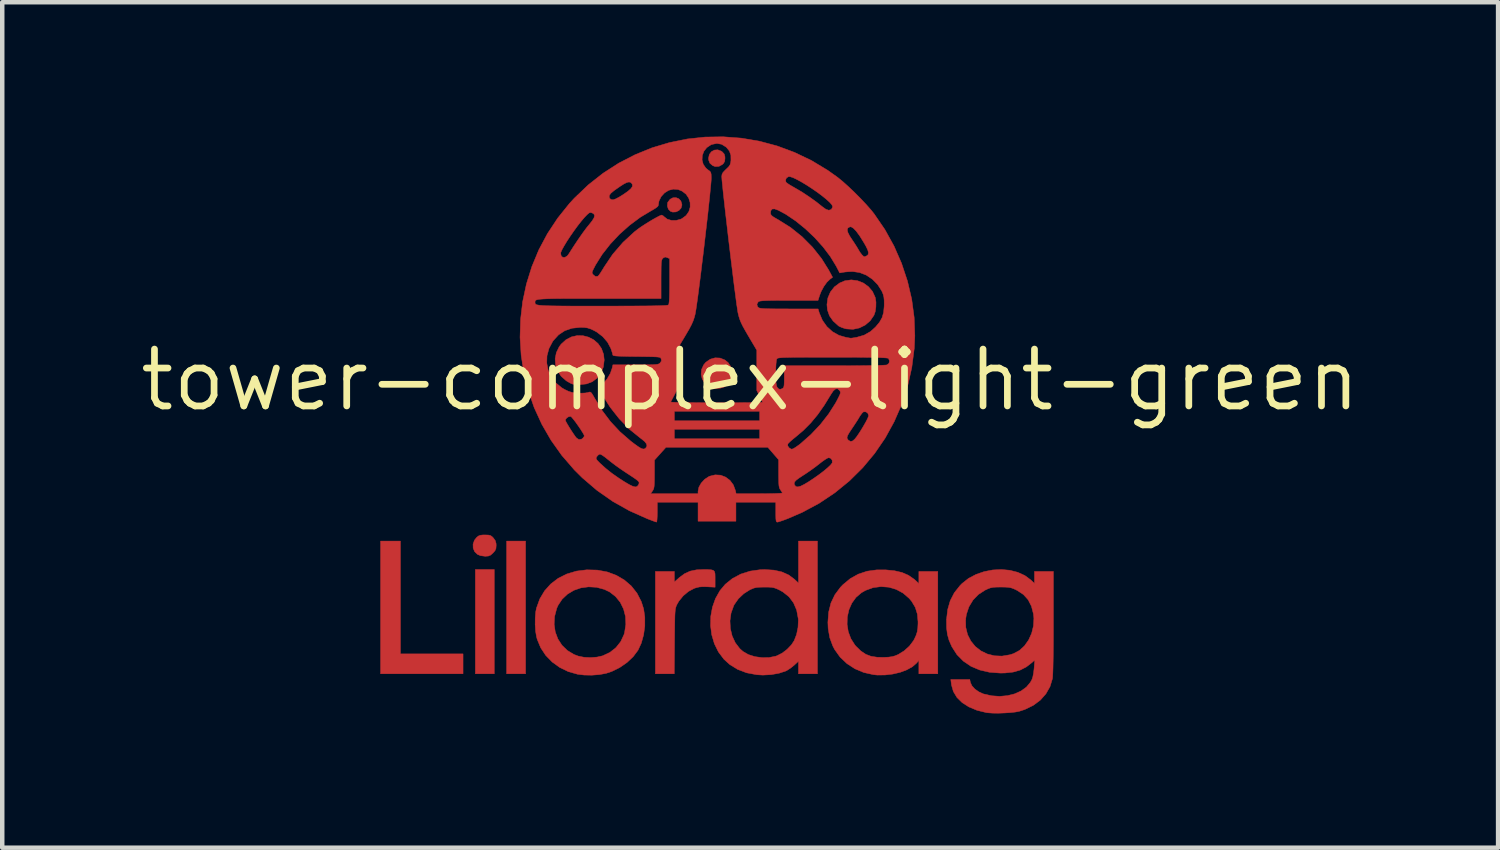
<source format=kicad_pcb>
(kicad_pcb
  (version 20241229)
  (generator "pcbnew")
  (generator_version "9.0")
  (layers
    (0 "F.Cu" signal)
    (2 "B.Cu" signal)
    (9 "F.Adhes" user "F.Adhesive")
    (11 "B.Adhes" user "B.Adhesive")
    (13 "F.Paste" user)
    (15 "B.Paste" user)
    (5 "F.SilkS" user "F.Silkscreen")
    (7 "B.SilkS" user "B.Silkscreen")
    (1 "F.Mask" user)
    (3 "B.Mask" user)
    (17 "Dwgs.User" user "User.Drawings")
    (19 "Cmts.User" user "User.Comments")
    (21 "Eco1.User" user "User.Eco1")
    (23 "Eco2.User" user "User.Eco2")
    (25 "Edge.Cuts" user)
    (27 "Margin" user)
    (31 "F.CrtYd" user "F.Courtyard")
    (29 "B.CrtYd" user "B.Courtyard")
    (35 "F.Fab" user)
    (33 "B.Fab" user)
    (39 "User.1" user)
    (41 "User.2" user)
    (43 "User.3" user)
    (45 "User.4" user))
  (footprint "tower-complex-light-green"
    (layer "F.Cu")
    (at 13.705 5.437)
    (property "Reference" "tower-complex-light-green" (at 0 0 0) (layer "F.SilkS") (effects (font (size 1.27 1.27) (thickness 0.15))))
    (attr through_hole)
    (fp_poly (pts (xy -5.715 6.562) (xy -6.138 6.562) (xy -6.138 4.233) (xy -5.715 4.233) (xy -5.715 6.562)) (stroke (width 0.01) (type solid)) (fill yes) (layer "F.Cu"))
    (fp_poly (pts (xy -5.016 6.562) (xy -5.44 6.562) (xy -5.44 3.598) (xy -5.016 3.598) (xy -5.016 6.562)) (stroke (width 0.01) (type solid)) (fill yes) (layer "F.Cu"))
    (fp_poly (pts (xy -7.811 6.117) (xy -6.413 6.117) (xy -6.413 6.562) (xy -8.255 6.562) (xy -8.255 3.598) (xy -7.811 3.598) (xy -7.811 6.117)) (stroke (width 0.01) (type solid)) (fill yes) (layer "F.Cu"))
    (fp_poly (pts (xy -1.594 -4.048) (xy -1.547 -3.997) (xy -1.525 -3.922) (xy -1.524 -3.906) (xy -1.543 -3.839) (xy -1.591 -3.786) (xy -1.658 -3.754) (xy -1.73 -3.75) (xy -1.781 -3.768) (xy -1.828 -3.817) (xy -1.85 -3.887) (xy -1.844 -3.959) (xy -1.838 -3.972) (xy -1.788 -4.037) (xy -1.725 -4.07) (xy -1.657 -4.073) (xy -1.594 -4.048)) (stroke (width 0.01) (type solid)) (fill yes) (layer "F.Cu"))
    (fp_poly (pts (xy -0.645 -5.111) (xy -0.621 -5.093) (xy -0.58 -5.047) (xy -0.564 -4.992) (xy -0.562 -4.953) (xy -0.569 -4.885) (xy -0.596 -4.837) (xy -0.621 -4.813) (xy -0.698 -4.771) (xy -0.781 -4.767) (xy -0.836 -4.788) (xy -0.899 -4.841) (xy -0.927 -4.912) (xy -0.93 -4.953) (xy -0.912 -5.037) (xy -0.866 -5.099) (xy -0.799 -5.135) (xy -0.723 -5.141) (xy -0.645 -5.111)) (stroke (width 0.01) (type solid)) (fill yes) (layer "F.Cu"))
    (fp_poly (pts (xy -0.672 -0.49) (xy -0.567 -0.448) (xy -0.493 -0.389) (xy -0.432 -0.297) (xy -0.405 -0.192) (xy -0.408 -0.085) (xy -0.441 0.016) (xy -0.503 0.102) (xy -0.583 0.158) (xy -0.673 0.184) (xy -0.776 0.189) (xy -0.872 0.173) (xy -0.923 0.15) (xy -1.013 0.074) (xy -1.071 -0.022) (xy -1.095 -0.128) (xy -1.085 -0.236) (xy -1.039 -0.337) (xy -0.99 -0.396) (xy -0.892 -0.464) (xy -0.783 -0.495) (xy -0.672 -0.49)) (stroke (width 0.01) (type solid)) (fill yes) (layer "F.Cu"))
    (fp_poly (pts (xy -5.85 3.463) (xy -5.802 3.473) (xy -5.766 3.497) (xy -5.734 3.53) (xy -5.692 3.589) (xy -5.675 3.652) (xy -5.673 3.696) (xy -5.678 3.764) (xy -5.7 3.814) (xy -5.745 3.865) (xy -5.797 3.911) (xy -5.847 3.932) (xy -5.915 3.937) (xy -5.919 3.937) (xy -6.021 3.924) (xy -6.089 3.896) (xy -6.154 3.834) (xy -6.187 3.754) (xy -6.189 3.665) (xy -6.158 3.578) (xy -6.113 3.521) (xy -6.072 3.486) (xy -6.028 3.468) (xy -5.967 3.461) (xy -5.924 3.461) (xy -5.85 3.463)) (stroke (width 0.01) (type solid)) (fill yes) (layer "F.Cu"))
    (fp_poly (pts (xy -3.733 -0.989) (xy -3.609 -0.957) (xy -3.495 -0.898) (xy -3.397 -0.813) (xy -3.322 -0.705) (xy -3.274 -0.575) (xy -3.26 -0.446) (xy -3.279 -0.291) (xy -3.331 -0.157) (xy -3.415 -0.046) (xy -3.524 0.037) (xy -3.656 0.088) (xy -3.799 0.103) (xy -3.876 0.1) (xy -3.94 0.095) (xy -3.969 0.091) (xy -4.01 0.074) (xy -4.069 0.041) (xy -4.108 0.017) (xy -4.221 -0.082) (xy -4.301 -0.202) (xy -4.346 -0.334) (xy -4.356 -0.473) (xy -4.329 -0.611) (xy -4.265 -0.743) (xy -4.221 -0.801) (xy -4.112 -0.9) (xy -3.99 -0.963) (xy -3.862 -0.992) (xy -3.733 -0.989)) (stroke (width 0.01) (type solid)) (fill yes) (layer "F.Cu"))
    (fp_poly (pts (xy 2.397 -2.218) (xy 2.527 -2.167) (xy 2.641 -2.085) (xy 2.732 -1.978) (xy 2.792 -1.848) (xy 2.796 -1.833) (xy 2.81 -1.739) (xy 2.808 -1.631) (xy 2.793 -1.526) (xy 2.765 -1.445) (xy 2.679 -1.321) (xy 2.568 -1.226) (xy 2.438 -1.162) (xy 2.298 -1.132) (xy 2.153 -1.141) (xy 2.113 -1.15) (xy 2.045 -1.173) (xy 1.99 -1.198) (xy 1.975 -1.207) (xy 1.853 -1.317) (xy 1.771 -1.434) (xy 1.726 -1.563) (xy 1.715 -1.683) (xy 1.735 -1.831) (xy 1.792 -1.965) (xy 1.881 -2.079) (xy 1.999 -2.167) (xy 2.115 -2.216) (xy 2.257 -2.236) (xy 2.397 -2.218)) (stroke (width 0.01) (type solid)) (fill yes) (layer "F.Cu"))
    (fp_poly (pts (xy -0.95 4.234) (xy -0.872 4.239) (xy -0.823 4.252) (xy -0.797 4.279) (xy -0.785 4.326) (xy -0.783 4.396) (xy -0.783 4.444) (xy -0.783 4.628) (xy -0.958 4.619) (xy -1.06 4.617) (xy -1.138 4.623) (xy -1.21 4.641) (xy -1.254 4.656) (xy -1.379 4.723) (xy -1.495 4.82) (xy -1.591 4.938) (xy -1.631 5.006) (xy -1.645 5.035) (xy -1.656 5.063) (xy -1.665 5.095) (xy -1.672 5.134) (xy -1.677 5.188) (xy -1.681 5.259) (xy -1.683 5.352) (xy -1.685 5.474) (xy -1.687 5.627) (xy -1.689 5.818) (xy -1.689 5.837) (xy -1.695 6.562) (xy -2.117 6.562) (xy -2.117 4.276) (xy -1.693 4.276) (xy -1.693 4.512) (xy -1.586 4.416) (xy -1.468 4.328) (xy -1.342 4.27) (xy -1.197 4.24) (xy -1.063 4.234) (xy -0.95 4.234)) (stroke (width 0.01) (type solid)) (fill yes) (layer "F.Cu"))
    (fp_poly (pts (xy -3.414 4.246) (xy -3.193 4.287) (xy -2.991 4.362) (xy -2.811 4.467) (xy -2.655 4.601) (xy -2.528 4.762) (xy -2.432 4.948) (xy -2.379 5.114) (xy -2.353 5.299) (xy -2.353 5.496) (xy -2.38 5.692) (xy -2.431 5.876) (xy -2.505 6.036) (xy -2.507 6.038) (xy -2.612 6.179) (xy -2.751 6.31) (xy -2.913 6.422) (xy -3.089 6.509) (xy -3.217 6.552) (xy -3.367 6.58) (xy -3.537 6.593) (xy -3.707 6.59) (xy -3.851 6.573) (xy -4.061 6.514) (xy -4.253 6.421) (xy -4.422 6.299) (xy -4.566 6.151) (xy -4.678 5.982) (xy -4.756 5.794) (xy -4.772 5.734) (xy -4.793 5.609) (xy -4.802 5.465) (xy -4.802 5.458) (xy -4.378 5.458) (xy -4.353 5.628) (xy -4.294 5.785) (xy -4.204 5.924) (xy -4.085 6.04) (xy -3.939 6.129) (xy -3.839 6.167) (xy -3.711 6.193) (xy -3.566 6.2) (xy -3.421 6.189) (xy -3.296 6.161) (xy -3.294 6.16) (xy -3.132 6.084) (xy -2.997 5.977) (xy -2.891 5.843) (xy -2.818 5.687) (xy -2.805 5.642) (xy -2.777 5.459) (xy -2.785 5.281) (xy -2.828 5.115) (xy -2.902 4.965) (xy -3.006 4.837) (xy -3.137 4.735) (xy -3.257 4.677) (xy -3.433 4.63) (xy -3.61 4.62) (xy -3.78 4.643) (xy -3.939 4.698) (xy -4.08 4.783) (xy -4.199 4.895) (xy -4.29 5.032) (xy -4.32 5.099) (xy -4.368 5.281) (xy -4.378 5.458) (xy -4.802 5.458) (xy -4.801 5.317) (xy -4.79 5.181) (xy -4.773 5.095) (xy -4.699 4.89) (xy -4.592 4.71) (xy -4.454 4.556) (xy -4.288 4.429) (xy -4.096 4.333) (xy -3.882 4.269) (xy -3.651 4.24) (xy -3.414 4.246)) (stroke (width 0.01) (type solid)) (fill yes) (layer "F.Cu"))
    (fp_poly (pts (xy 1.503 6.562) (xy 1.079 6.562) (xy 1.079 6.281) (xy 0.983 6.37) (xy 0.913 6.427) (xy 0.838 6.477) (xy 0.796 6.5) (xy 0.644 6.55) (xy 0.469 6.581) (xy 0.284 6.591) (xy 0.148 6.583) (xy -0.08 6.54) (xy -0.282 6.463) (xy -0.459 6.353) (xy -0.586 6.237) (xy -0.709 6.074) (xy -0.799 5.891) (xy -0.858 5.693) (xy -0.885 5.487) (xy -0.882 5.379) (xy -0.451 5.379) (xy -0.442 5.552) (xy -0.402 5.718) (xy -0.332 5.869) (xy -0.233 5.999) (xy -0.16 6.064) (xy -0.04 6.133) (xy 0.105 6.179) (xy 0.263 6.201) (xy 0.422 6.199) (xy 0.571 6.169) (xy 0.601 6.158) (xy 0.715 6.1) (xy 0.826 6.015) (xy 0.921 5.916) (xy 0.983 5.822) (xy 1.037 5.682) (xy 1.069 5.523) (xy 1.076 5.364) (xy 1.073 5.326) (xy 1.038 5.139) (xy 0.969 4.978) (xy 0.868 4.843) (xy 0.734 4.736) (xy 0.661 4.694) (xy 0.59 4.661) (xy 0.532 4.641) (xy 0.472 4.63) (xy 0.395 4.626) (xy 0.318 4.626) (xy 0.216 4.628) (xy 0.142 4.634) (xy 0.082 4.648) (xy 0.022 4.673) (xy -0.005 4.685) (xy -0.143 4.772) (xy -0.263 4.886) (xy -0.355 5.017) (xy -0.368 5.043) (xy -0.427 5.207) (xy -0.451 5.379) (xy -0.882 5.379) (xy -0.88 5.279) (xy -0.843 5.075) (xy -0.775 4.882) (xy -0.675 4.705) (xy -0.556 4.563) (xy -0.396 4.434) (xy -0.21 4.335) (xy -0.001 4.269) (xy 0.226 4.237) (xy 0.322 4.234) (xy 0.53 4.247) (xy 0.709 4.287) (xy 0.862 4.356) (xy 0.984 4.447) (xy 1.079 4.535) (xy 1.079 3.598) (xy 1.503 3.598) (xy 1.503 6.562)) (stroke (width 0.01) (type solid)) (fill yes) (layer "F.Cu"))
    (fp_poly (pts (xy 3.225 4.261) (xy 3.392 4.3) (xy 3.535 4.362) (xy 3.661 4.449) (xy 3.701 4.484) (xy 3.768 4.547) (xy 3.768 4.276) (xy 4.191 4.276) (xy 4.191 6.562) (xy 3.768 6.562) (xy 3.768 6.262) (xy 3.716 6.324) (xy 3.624 6.404) (xy 3.5 6.473) (xy 3.351 6.529) (xy 3.185 6.568) (xy 3.011 6.589) (xy 2.837 6.59) (xy 2.752 6.581) (xy 2.537 6.533) (xy 2.339 6.45) (xy 2.161 6.334) (xy 2.009 6.19) (xy 1.887 6.02) (xy 1.845 5.939) (xy 1.777 5.754) (xy 1.742 5.552) (xy 1.738 5.458) (xy 2.165 5.458) (xy 2.191 5.622) (xy 2.249 5.777) (xy 2.338 5.918) (xy 2.362 5.946) (xy 2.471 6.052) (xy 2.58 6.126) (xy 2.701 6.172) (xy 2.842 6.193) (xy 2.985 6.195) (xy 3.091 6.19) (xy 3.17 6.179) (xy 3.236 6.161) (xy 3.305 6.132) (xy 3.307 6.131) (xy 3.44 6.049) (xy 3.558 5.942) (xy 3.649 5.821) (xy 3.668 5.786) (xy 3.707 5.701) (xy 3.731 5.625) (xy 3.744 5.543) (xy 3.749 5.439) (xy 3.749 5.397) (xy 3.734 5.227) (xy 3.688 5.079) (xy 3.608 4.945) (xy 3.553 4.879) (xy 3.417 4.761) (xy 3.262 4.677) (xy 3.094 4.628) (xy 2.92 4.615) (xy 2.745 4.638) (xy 2.577 4.699) (xy 2.486 4.751) (xy 2.364 4.855) (xy 2.271 4.984) (xy 2.206 5.132) (xy 2.17 5.292) (xy 2.165 5.458) (xy 1.738 5.458) (xy 1.736 5.412) (xy 1.753 5.185) (xy 1.804 4.981) (xy 1.892 4.797) (xy 2.016 4.63) (xy 2.072 4.572) (xy 2.236 4.436) (xy 2.415 4.336) (xy 2.611 4.271) (xy 2.829 4.241) (xy 3.027 4.241) (xy 3.225 4.261)) (stroke (width 0.01) (type solid)) (fill yes) (layer "F.Cu"))
    (fp_poly (pts (xy 5.798 4.25) (xy 5.975 4.295) (xy 6.134 4.367) (xy 6.268 4.466) (xy 6.35 4.544) (xy 6.35 4.276) (xy 6.773 4.276) (xy 6.773 5.416) (xy 6.773 5.664) (xy 6.772 5.893) (xy 6.77 6.099) (xy 6.767 6.278) (xy 6.764 6.429) (xy 6.76 6.546) (xy 6.756 6.628) (xy 6.752 6.668) (xy 6.697 6.849) (xy 6.605 7.01) (xy 6.48 7.151) (xy 6.322 7.268) (xy 6.135 7.359) (xy 6.01 7.4) (xy 5.927 7.416) (xy 5.814 7.429) (xy 5.684 7.437) (xy 5.549 7.442) (xy 5.423 7.441) (xy 5.319 7.434) (xy 5.276 7.429) (xy 5.065 7.377) (xy 4.885 7.302) (xy 4.735 7.206) (xy 4.619 7.092) (xy 4.539 6.959) (xy 4.496 6.811) (xy 4.494 6.793) (xy 4.481 6.689) (xy 4.905 6.689) (xy 4.919 6.756) (xy 4.953 6.83) (xy 5.019 6.903) (xy 5.108 6.966) (xy 5.21 7.012) (xy 5.211 7.012) (xy 5.392 7.053) (xy 5.573 7.066) (xy 5.747 7.05) (xy 5.908 7.01) (xy 6.052 6.945) (xy 6.171 6.858) (xy 6.261 6.75) (xy 6.297 6.682) (xy 6.315 6.622) (xy 6.331 6.536) (xy 6.342 6.442) (xy 6.343 6.428) (xy 6.356 6.255) (xy 6.295 6.31) (xy 6.166 6.41) (xy 6.029 6.48) (xy 5.873 6.524) (xy 5.692 6.544) (xy 5.588 6.546) (xy 5.346 6.528) (xy 5.126 6.477) (xy 4.93 6.394) (xy 4.761 6.279) (xy 4.619 6.135) (xy 4.507 5.961) (xy 4.502 5.951) (xy 4.442 5.814) (xy 4.405 5.682) (xy 4.387 5.539) (xy 4.385 5.373) (xy 4.386 5.349) (xy 4.812 5.349) (xy 4.816 5.526) (xy 4.856 5.688) (xy 4.929 5.831) (xy 5.029 5.953) (xy 5.153 6.05) (xy 5.297 6.12) (xy 5.456 6.16) (xy 5.626 6.167) (xy 5.803 6.137) (xy 5.883 6.111) (xy 6.014 6.041) (xy 6.127 5.938) (xy 6.219 5.808) (xy 6.287 5.658) (xy 6.327 5.495) (xy 6.337 5.324) (xy 6.327 5.225) (xy 6.282 5.052) (xy 6.208 4.908) (xy 6.103 4.792) (xy 5.966 4.701) (xy 5.953 4.695) (xy 5.884 4.662) (xy 5.827 4.642) (xy 5.769 4.631) (xy 5.695 4.626) (xy 5.599 4.625) (xy 5.498 4.626) (xy 5.425 4.631) (xy 5.367 4.643) (xy 5.31 4.664) (xy 5.246 4.694) (xy 5.098 4.79) (xy 4.977 4.915) (xy 4.886 5.066) (xy 4.829 5.236) (xy 4.812 5.349) (xy 4.386 5.349) (xy 4.386 5.346) (xy 4.412 5.125) (xy 4.469 4.929) (xy 4.56 4.752) (xy 4.688 4.591) (xy 4.732 4.546) (xy 4.877 4.431) (xy 5.044 4.343) (xy 5.226 4.28) (xy 5.417 4.243) (xy 5.61 4.233) (xy 5.798 4.25)) (stroke (width 0.01) (type solid)) (fill yes) (layer "F.Cu"))
    (fp_poly (pts (xy -0.198 -5.402) (xy 0.204 -5.334) (xy 0.601 -5.228) (xy 0.989 -5.084) (xy 1.368 -4.903) (xy 1.733 -4.683) (xy 1.952 -4.527) (xy 2.064 -4.436) (xy 2.192 -4.321) (xy 2.33 -4.19) (xy 2.467 -4.052) (xy 2.595 -3.916) (xy 2.705 -3.791) (xy 2.77 -3.709) (xy 3.009 -3.36) (xy 3.213 -2.991) (xy 3.381 -2.607) (xy 3.513 -2.21) (xy 3.608 -1.805) (xy 3.663 -1.396) (xy 3.678 -0.986) (xy 3.666 -0.712) (xy 3.61 -0.278) (xy 3.516 0.143) (xy 3.384 0.547) (xy 3.216 0.932) (xy 3.015 1.298) (xy 2.78 1.641) (xy 2.514 1.96) (xy 2.218 2.253) (xy 1.893 2.518) (xy 1.542 2.753) (xy 1.164 2.956) (xy 0.857 3.089) (xy 0.766 3.124) (xy 0.686 3.152) (xy 0.629 3.17) (xy 0.605 3.175) (xy 0.59 3.169) (xy 0.58 3.147) (xy 0.574 3.101) (xy 0.572 3.025) (xy 0.572 2.953) (xy 0.572 2.731) (xy -0.318 2.731) (xy -0.318 3.154) (xy -1.164 3.154) (xy -1.164 2.731) (xy -2.074 2.731) (xy -2.074 2.953) (xy -2.076 3.044) (xy -2.08 3.117) (xy -2.085 3.163) (xy -2.09 3.174) (xy -2.116 3.167) (xy -2.171 3.147) (xy -2.247 3.118) (xy -2.297 3.099) (xy -2.697 2.921) (xy -3.072 2.71) (xy -3.315 2.54) (xy -2.225 2.54) (xy -1.164 2.54) (xy -1.164 2.486) (xy -1.145 2.394) (xy -1.093 2.302) (xy -1.017 2.219) (xy -0.924 2.158) (xy -0.905 2.149) (xy -0.782 2.119) (xy -0.66 2.126) (xy -0.548 2.169) (xy -0.451 2.242) (xy -0.376 2.343) (xy -0.33 2.467) (xy -0.329 2.471) (xy -0.314 2.54) (xy 0.203 2.54) (xy 0.346 2.539) (xy 0.473 2.538) (xy 0.58 2.535) (xy 0.66 2.531) (xy 0.708 2.527) (xy 0.719 2.524) (xy 0.707 2.498) (xy 0.678 2.456) (xy 0.677 2.455) (xy 0.661 2.43) (xy 0.65 2.399) (xy 0.642 2.353) (xy 0.639 2.305) (xy 0.983 2.305) (xy 0.989 2.338) (xy 0.996 2.351) (xy 1.023 2.381) (xy 1.065 2.388) (xy 1.126 2.372) (xy 1.21 2.33) (xy 1.304 2.274) (xy 1.423 2.195) (xy 1.537 2.115) (xy 1.641 2.036) (xy 1.727 1.964) (xy 1.792 1.903) (xy 1.828 1.858) (xy 1.833 1.847) (xy 1.831 1.79) (xy 1.798 1.748) (xy 1.753 1.736) (xy 1.72 1.748) (xy 1.664 1.783) (xy 1.594 1.833) (xy 1.55 1.868) (xy 1.456 1.941) (xy 1.344 2.022) (xy 1.234 2.097) (xy 1.192 2.124) (xy 1.096 2.187) (xy 1.031 2.235) (xy 0.995 2.273) (xy 0.983 2.305) (xy 0.639 2.305) (xy 0.638 2.286) (xy 0.636 2.19) (xy 0.635 2.092) (xy 0.635 1.781) (xy 0.394 1.503) (xy -1.88 1.503) (xy -2.137 1.789) (xy -2.137 2.103) (xy -2.138 2.227) (xy -2.14 2.316) (xy -2.145 2.378) (xy -2.153 2.422) (xy -2.166 2.453) (xy -2.182 2.479) (xy -2.225 2.54) (xy -3.315 2.54) (xy -3.423 2.464) (xy -3.75 2.184) (xy -3.928 2.007) (xy -4.141 1.76) (xy -3.439 1.76) (xy -3.42 1.79) (xy -3.378 1.835) (xy -3.342 1.87) (xy -3.222 1.978) (xy -3.089 2.084) (xy -2.933 2.193) (xy -2.807 2.274) (xy -2.7 2.337) (xy -2.621 2.375) (xy -2.564 2.389) (xy -2.525 2.378) (xy -2.497 2.346) (xy -2.493 2.336) (xy -2.483 2.313) (xy -2.48 2.292) (xy -2.49 2.271) (xy -2.515 2.245) (xy -2.561 2.21) (xy -2.631 2.162) (xy -2.73 2.097) (xy -2.794 2.055) (xy -2.899 1.984) (xy -3.01 1.905) (xy -3.111 1.828) (xy -3.171 1.78) (xy -3.241 1.724) (xy -3.302 1.681) (xy -3.346 1.658) (xy -3.359 1.655) (xy -3.395 1.677) (xy -3.424 1.71) (xy -3.439 1.737) (xy -3.439 1.76) (xy -4.141 1.76) (xy -4.206 1.686) (xy -4.448 1.345) (xy -4.654 0.988) (xy -4.694 0.9) (xy -4.128 0.9) (xy -4.116 0.928) (xy -4.087 0.98) (xy -4.046 1.049) (xy -3.998 1.125) (xy -3.95 1.198) (xy -3.908 1.259) (xy -3.878 1.296) (xy -3.826 1.33) (xy -3.769 1.323) (xy -3.737 1.3) (xy -3.711 1.266) (xy -3.704 1.248) (xy -3.716 1.217) (xy -3.748 1.163) (xy -3.793 1.092) (xy -3.846 1.015) (xy -3.9 0.939) (xy -3.95 0.875) (xy -3.988 0.83) (xy -4.007 0.814) (xy -4.051 0.818) (xy -4.096 0.846) (xy -4.125 0.885) (xy -4.128 0.9) (xy -4.694 0.9) (xy -4.824 0.617) (xy -4.957 0.234) (xy -5.054 -0.156) (xy -5.088 -0.377) (xy -4.543 -0.377) (xy -4.512 -0.219) (xy -4.445 -0.071) (xy -4.344 0.061) (xy -4.211 0.172) (xy -4.144 0.212) (xy -4.058 0.253) (xy -3.98 0.277) (xy -3.888 0.289) (xy -3.849 0.292) (xy -3.761 0.294) (xy -3.681 0.29) (xy -3.625 0.28) (xy -3.622 0.279) (xy -3.589 0.269) (xy -3.565 0.272) (xy -3.541 0.294) (xy -3.511 0.342) (xy -3.479 0.398) (xy -3.307 0.681) (xy -3.119 0.93) (xy -2.909 1.155) (xy -2.669 1.364) (xy -2.596 1.42) (xy -2.505 1.486) (xy -2.439 1.526) (xy -2.391 1.542) (xy -2.355 1.537) (xy -2.333 1.52) (xy -2.306 1.477) (xy -2.312 1.435) (xy 0.837 1.435) (xy 0.841 1.475) (xy 0.871 1.516) (xy 0.914 1.542) (xy 0.933 1.545) (xy 0.966 1.533) (xy 1.021 1.499) (xy 1.09 1.45) (xy 1.126 1.422) (xy 1.289 1.278) (xy 2.164 1.278) (xy 2.167 1.309) (xy 2.187 1.337) (xy 2.192 1.343) (xy 2.239 1.372) (xy 2.285 1.364) (xy 2.334 1.323) (xy 2.376 1.271) (xy 2.427 1.197) (xy 2.483 1.11) (xy 2.537 1.019) (xy 2.586 0.933) (xy 2.623 0.86) (xy 2.643 0.809) (xy 2.646 0.795) (xy 2.629 0.744) (xy 2.587 0.712) (xy 2.535 0.71) (xy 2.532 0.711) (xy 2.503 0.736) (xy 2.466 0.785) (xy 2.442 0.822) (xy 2.404 0.886) (xy 2.35 0.969) (xy 2.292 1.057) (xy 2.272 1.086) (xy 2.214 1.174) (xy 2.179 1.235) (xy 2.164 1.278) (xy 1.289 1.278) (xy 1.355 1.22) (xy 1.567 0.996) (xy 1.753 0.758) (xy 1.907 0.516) (xy 1.933 0.468) (xy 1.977 0.383) (xy 2.004 0.326) (xy 2.015 0.288) (xy 2.013 0.262) (xy 2 0.238) (xy 1.998 0.235) (xy 1.955 0.197) (xy 1.908 0.2) (xy 1.856 0.244) (xy 1.806 0.318) (xy 1.655 0.564) (xy 1.506 0.776) (xy 1.352 0.961) (xy 1.187 1.127) (xy 1.019 1.269) (xy 0.946 1.328) (xy 0.886 1.381) (xy 0.847 1.42) (xy 0.837 1.435) (xy -2.312 1.435) (xy -2.313 1.43) (xy -2.354 1.376) (xy -2.433 1.311) (xy -2.45 1.299) (xy -2.695 1.101) (xy -1.693 1.101) (xy -1.693 1.312) (xy 0.212 1.312) (xy 0.212 1.101) (xy -1.693 1.101) (xy -2.695 1.101) (xy -2.695 1.1) (xy -2.923 0.867) (xy -3.056 0.699) (xy -1.693 0.699) (xy -1.693 0.91) (xy 0.212 0.91) (xy 0.212 0.699) (xy -1.693 0.699) (xy -3.056 0.699) (xy -3.128 0.607) (xy -3.201 0.492) (xy -1.774 0.492) (xy -1.755 0.495) (xy -1.698 0.498) (xy -1.606 0.501) (xy -1.484 0.503) (xy -1.336 0.505) (xy -1.166 0.507) (xy -0.978 0.508) (xy -0.775 0.508) (xy -0.753 0.508) (xy -0.549 0.508) (xy -0.358 0.507) (xy -0.185 0.506) (xy -0.034 0.505) (xy 0.092 0.503) (xy 0.188 0.501) (xy 0.251 0.499) (xy 0.275 0.497) (xy 0.275 0.497) (xy 0.266 0.474) (xy 0.243 0.424) (xy 0.212 0.36) (xy 0.148 0.234) (xy 0.148 -0.154) (xy 0.572 -0.154) (xy 0.573 -0.032) (xy 0.577 0.054) (xy 0.585 0.113) (xy 0.597 0.152) (xy 0.604 0.165) (xy 0.641 0.203) (xy 0.68 0.207) (xy 0.721 0.19) (xy 0.739 0.176) (xy 0.751 0.154) (xy 0.758 0.114) (xy 0.761 0.049) (xy 0.762 -0.049) (xy 0.762 -0.075) (xy 0.762 -0.318) (xy 1.882 -0.318) (xy 2.131 -0.318) (xy 2.356 -0.319) (xy 2.555 -0.321) (xy 2.725 -0.323) (xy 2.863 -0.326) (xy 2.966 -0.33) (xy 3.033 -0.334) (xy 3.057 -0.338) (xy 3.1 -0.373) (xy 3.112 -0.425) (xy 3.092 -0.476) (xy 3.086 -0.483) (xy 3.07 -0.488) (xy 3.031 -0.493) (xy 2.968 -0.497) (xy 2.878 -0.501) (xy 2.759 -0.503) (xy 2.607 -0.505) (xy 2.422 -0.507) (xy 2.2 -0.508) (xy 1.939 -0.508) (xy 1.838 -0.508) (xy 1.58 -0.508) (xy 1.361 -0.508) (xy 1.177 -0.507) (xy 1.026 -0.507) (xy 0.905 -0.505) (xy 0.809 -0.503) (xy 0.736 -0.501) (xy 0.683 -0.497) (xy 0.645 -0.493) (xy 0.621 -0.488) (xy 0.606 -0.481) (xy 0.598 -0.474) (xy 0.593 -0.467) (xy 0.585 -0.431) (xy 0.578 -0.362) (xy 0.573 -0.27) (xy 0.572 -0.165) (xy 0.572 -0.154) (xy 0.148 -0.154) (xy 0.148 -0.665) (xy -0.04 -0.983) (xy -0.111 -1.106) (xy -0.164 -1.201) (xy -0.202 -1.279) (xy -0.23 -1.348) (xy -0.252 -1.417) (xy -0.271 -1.495) (xy -0.273 -1.503) (xy -0.281 -1.553) (xy -0.294 -1.64) (xy -0.302 -1.694) (xy 0.151 -1.694) (xy 0.162 -1.644) (xy 0.181 -1.621) (xy 0.196 -1.611) (xy 0.22 -1.604) (xy 0.259 -1.598) (xy 0.317 -1.594) (xy 0.398 -1.591) (xy 0.508 -1.589) (xy 0.65 -1.588) (xy 0.83 -1.588) (xy 0.866 -1.587) (xy 1.517 -1.587) (xy 1.544 -1.498) (xy 1.613 -1.334) (xy 1.713 -1.193) (xy 1.838 -1.079) (xy 1.984 -0.997) (xy 2.136 -0.953) (xy 2.196 -0.942) (xy 2.237 -0.935) (xy 2.245 -0.934) (xy 2.271 -0.936) (xy 2.325 -0.944) (xy 2.382 -0.954) (xy 2.547 -1.002) (xy 2.689 -1.083) (xy 2.8 -1.183) (xy 2.889 -1.29) (xy 2.947 -1.393) (xy 2.98 -1.507) (xy 2.993 -1.644) (xy 2.994 -1.683) (xy 2.993 -1.782) (xy 2.986 -1.853) (xy 2.971 -1.912) (xy 2.946 -1.973) (xy 2.938 -1.99) (xy 2.848 -2.131) (xy 2.731 -2.25) (xy 2.594 -2.342) (xy 2.445 -2.4) (xy 2.3 -2.421) (xy 2.213 -2.42) (xy 2.128 -2.413) (xy 2.085 -2.407) (xy 2 -2.391) (xy 1.92 -2.545) (xy 1.791 -2.757) (xy 1.629 -2.971) (xy 1.441 -3.18) (xy 1.255 -3.356) (xy 2.168 -3.356) (xy 2.181 -3.298) (xy 2.222 -3.217) (xy 2.271 -3.142) (xy 2.326 -3.06) (xy 2.376 -2.982) (xy 2.412 -2.922) (xy 2.422 -2.904) (xy 2.457 -2.847) (xy 2.497 -2.795) (xy 2.534 -2.76) (xy 2.552 -2.752) (xy 2.578 -2.761) (xy 2.605 -2.774) (xy 2.635 -2.801) (xy 2.642 -2.843) (xy 2.626 -2.905) (xy 2.585 -2.99) (xy 2.538 -3.072) (xy 2.448 -3.216) (xy 2.371 -3.322) (xy 2.307 -3.389) (xy 2.256 -3.42) (xy 2.227 -3.42) (xy 2.183 -3.396) (xy 2.168 -3.356) (xy 1.255 -3.356) (xy 1.234 -3.376) (xy 1.017 -3.552) (xy 0.796 -3.701) (xy 0.629 -3.791) (xy 0.547 -3.821) (xy 0.492 -3.819) (xy 0.462 -3.783) (xy 0.455 -3.734) (xy 0.459 -3.703) (xy 0.475 -3.676) (xy 0.511 -3.647) (xy 0.574 -3.609) (xy 0.624 -3.581) (xy 0.901 -3.408) (xy 1.159 -3.201) (xy 1.391 -2.968) (xy 1.594 -2.712) (xy 1.755 -2.454) (xy 1.841 -2.294) (xy 1.781 -2.249) (xy 1.713 -2.183) (xy 1.645 -2.088) (xy 1.587 -1.98) (xy 1.552 -1.891) (xy 1.516 -1.778) (xy 0.865 -1.778) (xy 0.679 -1.778) (xy 0.531 -1.777) (xy 0.416 -1.775) (xy 0.329 -1.772) (xy 0.267 -1.768) (xy 0.226 -1.763) (xy 0.199 -1.756) (xy 0.183 -1.747) (xy 0.181 -1.745) (xy 0.151 -1.694) (xy -0.302 -1.694) (xy -0.311 -1.759) (xy -0.33 -1.907) (xy -0.353 -2.079) (xy -0.377 -2.271) (xy -0.402 -2.478) (xy -0.429 -2.695) (xy -0.456 -2.919) (xy -0.483 -3.145) (xy -0.509 -3.369) (xy -0.534 -3.586) (xy -0.558 -3.791) (xy -0.579 -3.981) (xy -0.598 -4.151) (xy -0.613 -4.297) (xy -0.625 -4.414) (xy -0.63 -4.468) (xy 0.79 -4.468) (xy 0.799 -4.42) (xy 0.805 -4.413) (xy 0.834 -4.39) (xy 0.89 -4.353) (xy 0.965 -4.31) (xy 1.005 -4.287) (xy 1.157 -4.198) (xy 1.321 -4.089) (xy 1.48 -3.975) (xy 1.609 -3.872) (xy 1.691 -3.813) (xy 1.756 -3.791) (xy 1.806 -3.806) (xy 1.816 -3.814) (xy 1.839 -3.857) (xy 1.841 -3.876) (xy 1.824 -3.915) (xy 1.775 -3.97) (xy 1.7 -4.038) (xy 1.606 -4.114) (xy 1.499 -4.194) (xy 1.383 -4.274) (xy 1.265 -4.351) (xy 1.151 -4.42) (xy 1.047 -4.477) (xy 0.959 -4.519) (xy 0.892 -4.541) (xy 0.859 -4.543) (xy 0.812 -4.514) (xy 0.79 -4.468) (xy -0.63 -4.468) (xy -0.632 -4.498) (xy -0.635 -4.544) (xy -0.635 -4.544) (xy -0.629 -4.592) (xy -0.607 -4.635) (xy -0.559 -4.686) (xy -0.537 -4.707) (xy -0.481 -4.761) (xy -0.45 -4.806) (xy -0.435 -4.858) (xy -0.429 -4.906) (xy -0.431 -5.021) (xy -0.464 -5.115) (xy -0.532 -5.198) (xy -0.541 -5.205) (xy -0.638 -5.265) (xy -0.744 -5.284) (xy -0.855 -5.261) (xy -0.874 -5.254) (xy -0.968 -5.192) (xy -1.033 -5.11) (xy -1.069 -5.014) (xy -1.074 -4.914) (xy -1.048 -4.817) (xy -0.989 -4.732) (xy -0.935 -4.688) (xy -0.9 -4.663) (xy -0.88 -4.635) (xy -0.871 -4.592) (xy -0.869 -4.522) (xy -0.869 -4.508) (xy -0.871 -4.454) (xy -0.879 -4.361) (xy -0.891 -4.236) (xy -0.906 -4.082) (xy -0.925 -3.905) (xy -0.946 -3.708) (xy -0.97 -3.497) (xy -0.996 -3.275) (xy -1.022 -3.047) (xy -1.049 -2.819) (xy -1.077 -2.594) (xy -1.103 -2.376) (xy -1.129 -2.172) (xy -1.153 -1.984) (xy -1.175 -1.818) (xy -1.195 -1.678) (xy -1.211 -1.568) (xy -1.224 -1.494) (xy -1.228 -1.471) (xy -1.25 -1.389) (xy -1.276 -1.314) (xy -1.31 -1.237) (xy -1.357 -1.147) (xy -1.422 -1.035) (xy -1.452 -0.984) (xy -1.63 -0.687) (xy -1.63 0.213) (xy -1.698 0.345) (xy -1.734 0.412) (xy -1.761 0.465) (xy -1.774 0.492) (xy -1.774 0.492) (xy -3.201 0.492) (xy -3.278 0.372) (xy -3.386 0.183) (xy -3.29 0.088) (xy -3.196 -0.023) (xy -3.123 -0.148) (xy -3.081 -0.27) (xy -3.066 -0.339) (xy -2.559 -0.339) (xy -2.4 -0.339) (xy -2.277 -0.34) (xy -2.185 -0.342) (xy -2.12 -0.345) (xy -2.075 -0.35) (xy -2.045 -0.358) (xy -2.026 -0.368) (xy -2.011 -0.381) (xy -1.982 -0.425) (xy -1.987 -0.47) (xy -1.994 -0.485) (xy -2.004 -0.497) (xy -2.022 -0.505) (xy -2.055 -0.512) (xy -2.106 -0.516) (xy -2.181 -0.519) (xy -2.284 -0.521) (xy -2.422 -0.523) (xy -2.537 -0.524) (xy -2.704 -0.526) (xy -2.833 -0.529) (xy -2.929 -0.532) (xy -2.996 -0.536) (xy -3.038 -0.542) (xy -3.061 -0.549) (xy -3.069 -0.559) (xy -3.069 -0.56) (xy -3.076 -0.596) (xy -3.095 -0.656) (xy -3.113 -0.707) (xy -3.186 -0.845) (xy -3.293 -0.969) (xy -3.426 -1.071) (xy -3.488 -1.105) (xy -3.568 -1.142) (xy -3.635 -1.163) (xy -3.706 -1.173) (xy -3.799 -1.175) (xy -3.98 -1.156) (xy -4.14 -1.101) (xy -4.279 -1.009) (xy -4.396 -0.881) (xy -4.412 -0.859) (xy -4.494 -0.703) (xy -4.538 -0.54) (xy -4.543 -0.377) (xy -5.088 -0.377) (xy -5.115 -0.553) (xy -5.14 -0.953) (xy -5.128 -1.353) (xy -5.083 -1.736) (xy -4.805 -1.736) (xy -4.804 -1.719) (xy -4.801 -1.705) (xy -4.792 -1.693) (xy -4.774 -1.683) (xy -4.745 -1.675) (xy -4.701 -1.668) (xy -4.64 -1.663) (xy -4.559 -1.659) (xy -4.454 -1.656) (xy -4.324 -1.654) (xy -4.164 -1.652) (xy -3.973 -1.651) (xy -3.747 -1.651) (xy -3.483 -1.651) (xy -3.302 -1.651) (xy -3.001 -1.651) (xy -2.74 -1.652) (xy -2.517 -1.653) (xy -2.33 -1.654) (xy -2.176 -1.656) (xy -2.053 -1.659) (xy -1.959 -1.662) (xy -1.891 -1.665) (xy -1.848 -1.67) (xy -1.827 -1.675) (xy -1.825 -1.676) (xy -1.816 -1.699) (xy -1.809 -1.751) (xy -1.804 -1.833) (xy -1.801 -1.951) (xy -1.799 -2.105) (xy -1.799 -2.206) (xy -1.799 -2.71) (xy -1.852 -2.734) (xy -1.898 -2.747) (xy -1.937 -2.729) (xy -1.947 -2.72) (xy -1.962 -2.705) (xy -1.972 -2.684) (xy -1.98 -2.653) (xy -1.985 -2.604) (xy -1.988 -2.533) (xy -1.989 -2.432) (xy -1.99 -2.298) (xy -1.99 -2.251) (xy -1.99 -1.82) (xy -3.372 -1.82) (xy -3.653 -1.82) (xy -3.894 -1.82) (xy -4.1 -1.82) (xy -4.271 -1.818) (xy -4.413 -1.817) (xy -4.527 -1.814) (xy -4.616 -1.81) (xy -4.684 -1.805) (xy -4.733 -1.799) (xy -4.767 -1.791) (xy -4.788 -1.781) (xy -4.799 -1.77) (xy -4.804 -1.756) (xy -4.805 -1.74) (xy -4.805 -1.736) (xy -5.083 -1.736) (xy -5.081 -1.751) (xy -4.997 -2.145) (xy -4.919 -2.395) (xy -3.53 -2.395) (xy -3.523 -2.373) (xy -3.505 -2.351) (xy -3.458 -2.313) (xy -3.414 -2.313) (xy -3.395 -2.323) (xy -3.374 -2.347) (xy -3.338 -2.399) (xy -3.293 -2.471) (xy -3.262 -2.523) (xy -3.069 -2.809) (xy -2.841 -3.073) (xy -2.584 -3.31) (xy -2.508 -3.369) (xy -2.441 -3.417) (xy -2.357 -3.472) (xy -2.266 -3.529) (xy -2.175 -3.584) (xy -2.092 -3.63) (xy -2.025 -3.665) (xy -1.984 -3.682) (xy -1.977 -3.683) (xy -1.945 -3.668) (xy -1.923 -3.648) (xy -1.851 -3.592) (xy -1.757 -3.564) (xy -1.652 -3.564) (xy -1.547 -3.593) (xy -1.523 -3.605) (xy -1.43 -3.674) (xy -1.369 -3.763) (xy -1.34 -3.862) (xy -1.342 -3.964) (xy -1.373 -4.063) (xy -1.432 -4.15) (xy -1.52 -4.218) (xy -1.61 -4.255) (xy -1.717 -4.263) (xy -1.821 -4.236) (xy -1.913 -4.178) (xy -1.988 -4.096) (xy -2.037 -3.996) (xy -2.053 -3.895) (xy -2.071 -3.87) (xy -2.119 -3.834) (xy -2.187 -3.793) (xy -2.207 -3.782) (xy -2.453 -3.635) (xy -2.693 -3.456) (xy -2.92 -3.254) (xy -3.127 -3.033) (xy -3.307 -2.803) (xy -3.453 -2.57) (xy -3.462 -2.552) (xy -3.502 -2.475) (xy -3.524 -2.426) (xy -3.53 -2.395) (xy -4.919 -2.395) (xy -4.877 -2.53) (xy -4.754 -2.826) (xy -4.233 -2.826) (xy -4.219 -2.767) (xy -4.183 -2.739) (xy -4.135 -2.74) (xy -4.084 -2.772) (xy -4.054 -2.811) (xy -3.95 -2.974) (xy -3.845 -3.132) (xy -3.745 -3.276) (xy -3.655 -3.398) (xy -3.6 -3.465) (xy -3.528 -3.556) (xy -3.487 -3.624) (xy -3.475 -3.673) (xy -3.492 -3.708) (xy -3.525 -3.729) (xy -3.563 -3.741) (xy -3.596 -3.732) (xy -3.64 -3.695) (xy -3.643 -3.692) (xy -3.707 -3.625) (xy -3.781 -3.537) (xy -3.861 -3.434) (xy -3.943 -3.321) (xy -4.022 -3.207) (xy -4.095 -3.096) (xy -4.156 -2.995) (xy -4.203 -2.91) (xy -4.229 -2.849) (xy -4.233 -2.826) (xy -4.754 -2.826) (xy -4.721 -2.906) (xy -4.528 -3.268) (xy -4.299 -3.615) (xy -4.035 -3.944) (xy -3.928 -4.06) (xy -3.869 -4.116) (xy -3.149 -4.116) (xy -3.146 -4.071) (xy -3.128 -4.047) (xy -3.097 -4.027) (xy -3.056 -4.026) (xy -3 -4.046) (xy -2.921 -4.088) (xy -2.833 -4.143) (xy -2.73 -4.215) (xy -2.664 -4.273) (xy -2.631 -4.321) (xy -2.63 -4.364) (xy -2.646 -4.392) (xy -2.674 -4.416) (xy -2.709 -4.422) (xy -2.756 -4.411) (xy -2.82 -4.379) (xy -2.906 -4.324) (xy -3.019 -4.245) (xy -3.043 -4.228) (xy -3.115 -4.167) (xy -3.149 -4.116) (xy -3.869 -4.116) (xy -3.617 -4.357) (xy -3.285 -4.618) (xy -2.936 -4.843) (xy -2.57 -5.032) (xy -2.192 -5.186) (xy -1.804 -5.302) (xy -1.407 -5.383) (xy -1.006 -5.426) (xy -0.602 -5.432) (xy -0.198 -5.402)) (stroke (width 0.01) (type solid)) (fill yes) (layer "F.Cu")))
  (gr_rect
    (start -3 -3)
    (end 30.41 15.884)
    (stroke (width 0.1) (type default))
    (fill no)
    (layer "Edge.Cuts")))
</source>
